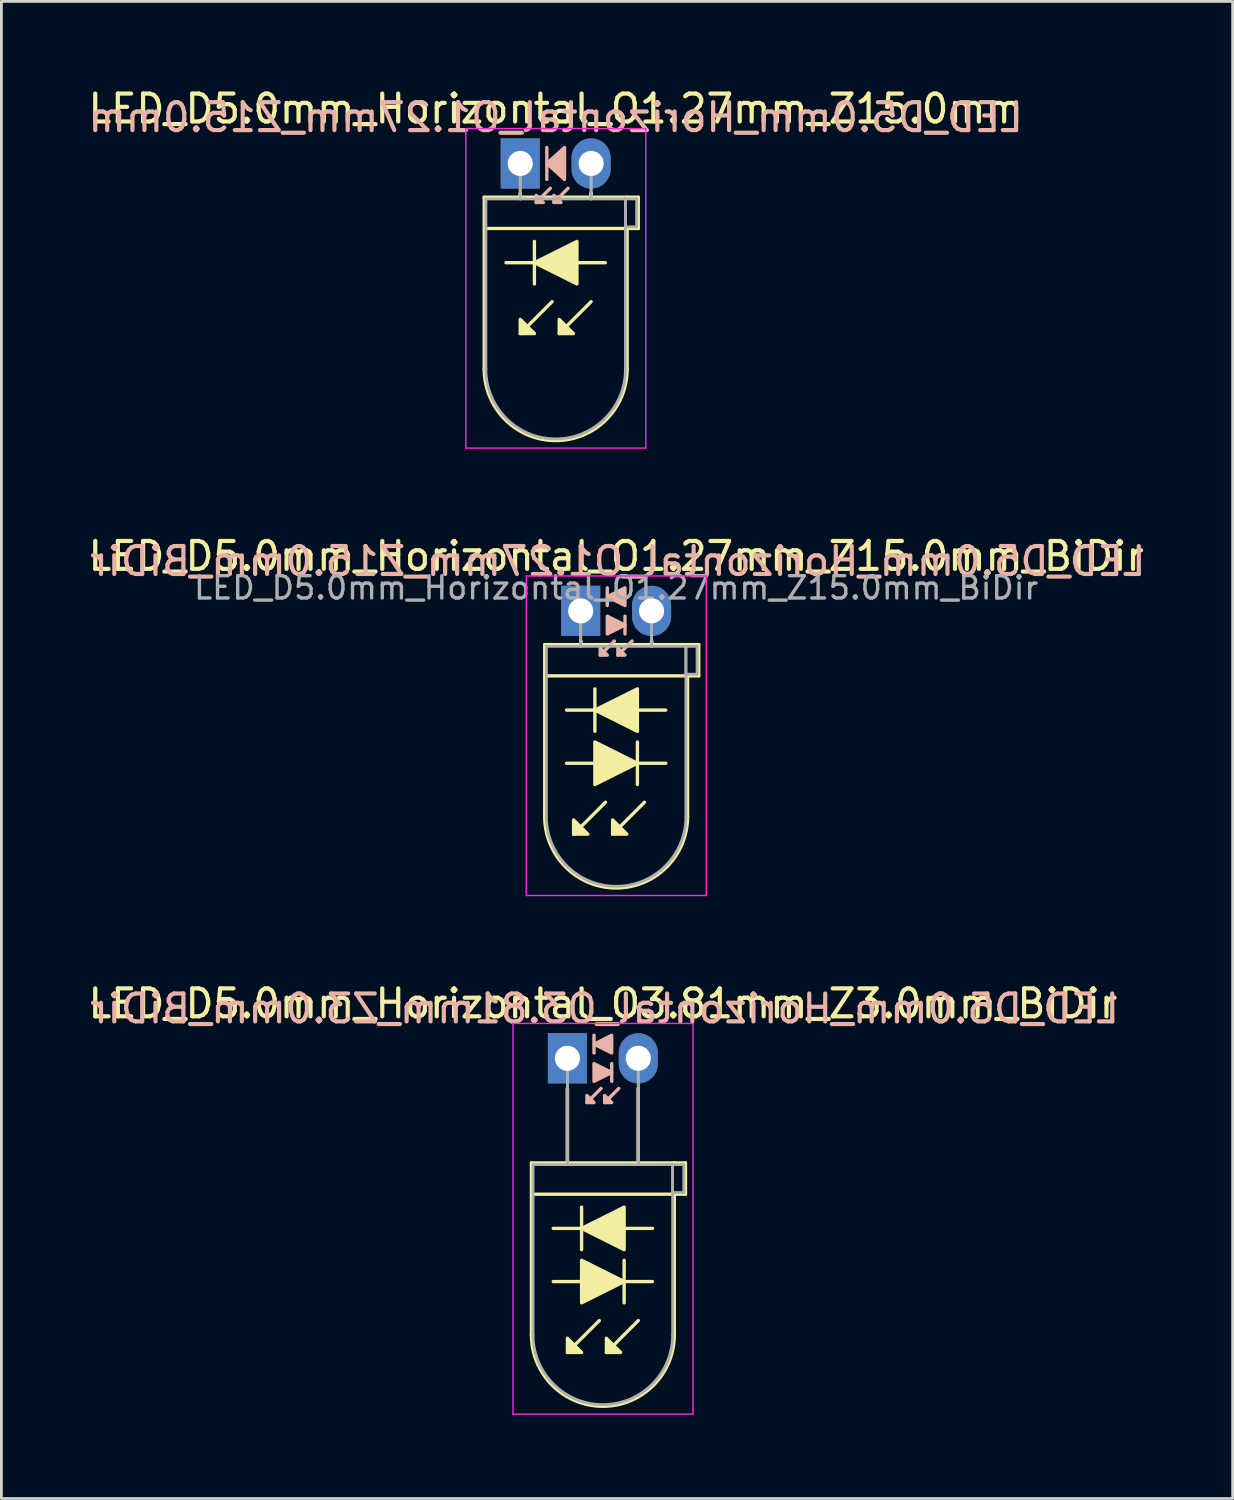
<source format=kicad_pcb>
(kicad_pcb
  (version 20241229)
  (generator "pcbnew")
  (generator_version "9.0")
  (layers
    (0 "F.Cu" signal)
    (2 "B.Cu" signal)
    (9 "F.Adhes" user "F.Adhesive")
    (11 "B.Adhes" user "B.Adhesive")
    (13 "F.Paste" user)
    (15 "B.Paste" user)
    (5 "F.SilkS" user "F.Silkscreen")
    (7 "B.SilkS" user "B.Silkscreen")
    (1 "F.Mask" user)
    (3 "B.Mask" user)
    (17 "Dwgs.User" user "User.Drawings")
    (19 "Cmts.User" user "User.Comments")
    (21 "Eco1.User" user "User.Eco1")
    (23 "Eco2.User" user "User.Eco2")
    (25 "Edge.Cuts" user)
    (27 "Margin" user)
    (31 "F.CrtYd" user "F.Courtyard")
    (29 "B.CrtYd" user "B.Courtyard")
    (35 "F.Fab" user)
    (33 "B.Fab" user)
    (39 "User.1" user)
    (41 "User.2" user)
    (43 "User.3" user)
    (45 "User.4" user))
  (footprint "LED_D5.0mm_Horizontal_O1.27mm_Z15.0mm_BiDir"
    (layer "F.Cu")
    (at 17.76 18.841)
    (property "Reference" "LED_D5.0mm_Horizontal_O1.27mm_Z15.0mm_BiDir" (at 1.27 -1.96 0) (layer "F.SilkS") (effects (font (size 1 1) (thickness 0.15))))
    (fp_line (start -1.29 1.21) (end -1.29 7.37) (stroke (width 0.12) (type solid)) (layer "F.SilkS"))
    (fp_line (start -1.29 1.21) (end 3.83 1.21) (stroke (width 0.12) (type solid)) (layer "F.SilkS"))
    (fp_line (start -0.508 5.461) (end 0.508 5.461) (stroke (width 0.12) (type solid)) (layer "F.SilkS"))
    (fp_line (start 0 1.08) (end 0 1.08) (stroke (width 0.12) (type solid)) (layer "F.SilkS"))
    (fp_line (start 0 1.08) (end 0 1.21) (stroke (width 0.12) (type solid)) (layer "F.SilkS"))
    (fp_line (start 0 1.21) (end 0 1.08) (stroke (width 0.12) (type solid)) (layer "F.SilkS"))
    (fp_line (start 0 1.21) (end 0 1.21) (stroke (width 0.12) (type solid)) (layer "F.SilkS"))
    (fp_line (start 0.508 2.794) (end 0.508 4.318) (stroke (width 0.12) (type solid)) (layer "F.SilkS"))
    (fp_line (start 0.508 3.556) (end -0.508 3.556) (stroke (width 0.12) (type solid)) (layer "F.SilkS"))
    (fp_line (start 0.889 6.858) (end -0.254 8.001) (stroke (width 0.12) (type solid)) (layer "F.SilkS"))
    (fp_line (start 2.032 5.461) (end 3.048 5.461) (stroke (width 0.12) (type solid)) (layer "F.SilkS"))
    (fp_line (start 2.032 6.223) (end 2.032 4.699) (stroke (width 0.12) (type solid)) (layer "F.SilkS"))
    (fp_line (start 2.286 6.858) (end 1.143 8.001) (stroke (width 0.12) (type solid)) (layer "F.SilkS"))
    (fp_line (start 2.54 1.08) (end 2.54 1.08) (stroke (width 0.12) (type solid)) (layer "F.SilkS"))
    (fp_line (start 2.54 1.08) (end 2.54 1.21) (stroke (width 0.12) (type solid)) (layer "F.SilkS"))
    (fp_line (start 2.54 1.21) (end 2.54 1.08) (stroke (width 0.12) (type solid)) (layer "F.SilkS"))
    (fp_line (start 2.54 1.21) (end 2.54 1.21) (stroke (width 0.12) (type solid)) (layer "F.SilkS"))
    (fp_line (start 3.048 3.556) (end 2.032 3.556) (stroke (width 0.12) (type solid)) (layer "F.SilkS"))
    (fp_line (start 3.83 1.21) (end 4.23 1.21) (stroke (width 0.12) (type solid)) (layer "F.SilkS"))
    (fp_line (start 3.83 2.33) (end 3.83 7.37) (stroke (width 0.12) (type solid)) (layer "F.SilkS"))
    (fp_line (start 4.23 1.21) (end 4.23 2.33) (stroke (width 0.12) (type solid)) (layer "F.SilkS"))
    (fp_line (start 4.23 2.33) (end -1.27 2.33) (stroke (width 0.12) (type solid)) (layer "F.SilkS"))
    (fp_arc (start 3.83 7.37) (mid 1.27 9.93) (end -1.29 7.37) (stroke (width 0.12) (type solid)) (layer "F.SilkS"))
    (fp_poly (pts (xy -0.254 7.493) (xy 0.254 8.001) (xy -0.254 8.001)) (stroke (width 0.12) (type solid)) (fill yes) (layer "F.SilkS"))
    (fp_poly (pts (xy 0.508 4.699) (xy 2.032 5.461) (xy 0.508 6.223)) (stroke (width 0.12) (type solid)) (fill yes) (layer "F.SilkS"))
    (fp_poly (pts (xy 1.143 7.493) (xy 1.651 8.001) (xy 1.143 8.001)) (stroke (width 0.12) (type solid)) (fill yes) (layer "F.SilkS"))
    (fp_poly (pts (xy 2.032 4.318) (xy 0.508 3.556) (xy 2.032 2.794)) (stroke (width 0.12) (type solid)) (fill yes) (layer "F.SilkS"))
    (fp_line (start 0.953 -0.826) (end 0.953 -0.191) (stroke (width 0.12) (type solid)) (layer "B.SilkS"))
    (fp_line (start 1.206 1.079) (end 0.699 1.587) (stroke (width 0.12) (type solid)) (layer "B.SilkS"))
    (fp_line (start 1.587 0.826) (end 1.587 0.191) (stroke (width 0.12) (type solid)) (layer "B.SilkS"))
    (fp_line (start 1.841 1.079) (end 1.333 1.587) (stroke (width 0.12) (type solid)) (layer "B.SilkS"))
    (fp_poly (pts (xy 0.699 1.333) (xy 0.953 1.587) (xy 0.699 1.587)) (stroke (width 0.12) (type solid)) (fill yes) (layer "B.SilkS"))
    (fp_poly (pts (xy 0.953 0.191) (xy 1.587 0.508) (xy 0.953 0.826)) (stroke (width 0.12) (type solid)) (fill yes) (layer "B.SilkS"))
    (fp_poly (pts (xy 1.333 1.333) (xy 1.587 1.587) (xy 1.333 1.587)) (stroke (width 0.12) (type solid)) (fill yes) (layer "B.SilkS"))
    (fp_poly (pts (xy 1.587 -0.191) (xy 0.953 -0.508) (xy 1.587 -0.826)) (stroke (width 0.12) (type solid)) (fill yes) (layer "B.SilkS"))
    (fp_line (start -1.95 -1.25) (end -1.95 10.2) (stroke (width 0.05) (type solid)) (layer "F.CrtYd"))
    (fp_line (start -1.95 10.2) (end 4.5 10.2) (stroke (width 0.05) (type solid)) (layer "F.CrtYd"))
    (fp_line (start 4.5 -1.25) (end -1.95 -1.25) (stroke (width 0.05) (type solid)) (layer "F.CrtYd"))
    (fp_line (start 4.5 10.2) (end 4.5 -1.25) (stroke (width 0.05) (type solid)) (layer "F.CrtYd"))
    (fp_line (start -1.23 1.27) (end -1.23 7.37) (stroke (width 0.1) (type solid)) (layer "F.Fab"))
    (fp_line (start -1.23 1.27) (end 3.77 1.27) (stroke (width 0.1) (type solid)) (layer "F.Fab"))
    (fp_line (start 0 0) (end 0 0) (stroke (width 0.1) (type solid)) (layer "F.Fab"))
    (fp_line (start 0 0) (end 0 1.27) (stroke (width 0.1) (type solid)) (layer "F.Fab"))
    (fp_line (start 0 1.27) (end 0 0) (stroke (width 0.1) (type solid)) (layer "F.Fab"))
    (fp_line (start 0 1.27) (end 0 1.27) (stroke (width 0.1) (type solid)) (layer "F.Fab"))
    (fp_line (start 2.54 0) (end 2.54 0) (stroke (width 0.1) (type solid)) (layer "F.Fab"))
    (fp_line (start 2.54 0) (end 2.54 1.27) (stroke (width 0.1) (type solid)) (layer "F.Fab"))
    (fp_line (start 2.54 1.27) (end 2.54 0) (stroke (width 0.1) (type solid)) (layer "F.Fab"))
    (fp_line (start 2.54 1.27) (end 2.54 1.27) (stroke (width 0.1) (type solid)) (layer "F.Fab"))
    (fp_line (start 3.77 1.27) (end 3.77 7.37) (stroke (width 0.1) (type solid)) (layer "F.Fab"))
    (fp_line (start 3.77 1.27) (end 4.17 1.27) (stroke (width 0.1) (type solid)) (layer "F.Fab"))
    (fp_line (start 3.77 2.27) (end 3.77 1.27) (stroke (width 0.1) (type solid)) (layer "F.Fab"))
    (fp_line (start 4.17 1.27) (end 4.17 2.27) (stroke (width 0.1) (type solid)) (layer "F.Fab"))
    (fp_line (start 4.17 2.27) (end 3.77 2.27) (stroke (width 0.1) (type solid)) (layer "F.Fab"))
    (fp_arc (start 3.77 7.37) (mid 1.27 9.87) (end -1.23 7.37) (stroke (width 0.1) (type solid)) (layer "F.Fab"))
    (fp_text user "${REFERENCE}" (at 1.333 -1.778 0) (layer "B.SilkS") (effects (font (size 1 1) (thickness 0.15)) (justify mirror)))
    (fp_text user "${REFERENCE}" (at 1.27 -0.826 0) (layer "F.Fab") (effects (font (size 0.8 0.8) (thickness 0.12))))
    (pad "1" thru_hole rect (at 0 0) (size 1.4 1.8) (drill 0.9) (layers "*.Cu" "*.Mask"))
    (pad "2" thru_hole oval (at 2.54 0) (size 1.4 1.8) (drill 0.9) (layers "*.Cu" "*.Mask")))
  (footprint "LED_D5.0mm_Horizontal_O3.81mm_Z3.0mm_BiDir"
    (layer "F.Cu")
    (at 17.284 34.875)
    (property "Reference" "LED_D5.0mm_Horizontal_O3.81mm_Z3.0mm_BiDir" (at 1.27 -1.96 0) (layer "F.SilkS") (effects (font (size 1 1) (thickness 0.15))))
    (fp_line (start -1.29 3.75) (end -1.29 9.91) (stroke (width 0.12) (type solid)) (layer "F.SilkS"))
    (fp_line (start -1.29 3.75) (end 3.83 3.75) (stroke (width 0.12) (type solid)) (layer "F.SilkS"))
    (fp_line (start -0.508 8.001) (end 0.508 8.001) (stroke (width 0.12) (type solid)) (layer "F.SilkS"))
    (fp_line (start 0 1.08) (end 0 1.08) (stroke (width 0.12) (type solid)) (layer "F.SilkS"))
    (fp_line (start 0 1.08) (end 0 3.75) (stroke (width 0.12) (type solid)) (layer "F.SilkS"))
    (fp_line (start 0 3.75) (end 0 1.08) (stroke (width 0.12) (type solid)) (layer "F.SilkS"))
    (fp_line (start 0 3.75) (end 0 3.75) (stroke (width 0.12) (type solid)) (layer "F.SilkS"))
    (fp_line (start 0.508 5.334) (end 0.508 6.858) (stroke (width 0.12) (type solid)) (layer "F.SilkS"))
    (fp_line (start 0.508 6.096) (end -0.508 6.096) (stroke (width 0.12) (type solid)) (layer "F.SilkS"))
    (fp_line (start 1.143 9.398) (end 0 10.541) (stroke (width 0.12) (type solid)) (layer "F.SilkS"))
    (fp_line (start 2.032 8.001) (end 3.048 8.001) (stroke (width 0.12) (type solid)) (layer "F.SilkS"))
    (fp_line (start 2.032 8.763) (end 2.032 7.239) (stroke (width 0.12) (type solid)) (layer "F.SilkS"))
    (fp_line (start 2.54 1.08) (end 2.54 1.08) (stroke (width 0.12) (type solid)) (layer "F.SilkS"))
    (fp_line (start 2.54 1.08) (end 2.54 3.75) (stroke (width 0.12) (type solid)) (layer "F.SilkS"))
    (fp_line (start 2.54 3.75) (end 2.54 1.08) (stroke (width 0.12) (type solid)) (layer "F.SilkS"))
    (fp_line (start 2.54 3.75) (end 2.54 3.75) (stroke (width 0.12) (type solid)) (layer "F.SilkS"))
    (fp_line (start 2.54 9.398) (end 1.397 10.541) (stroke (width 0.12) (type solid)) (layer "F.SilkS"))
    (fp_line (start 3.048 6.096) (end 2.032 6.096) (stroke (width 0.12) (type solid)) (layer "F.SilkS"))
    (fp_line (start 3.83 3.75) (end 4.23 3.75) (stroke (width 0.12) (type solid)) (layer "F.SilkS"))
    (fp_line (start 3.83 4.87) (end 3.83 9.91) (stroke (width 0.12) (type solid)) (layer "F.SilkS"))
    (fp_line (start 4.23 3.75) (end 4.23 4.87) (stroke (width 0.12) (type solid)) (layer "F.SilkS"))
    (fp_line (start 4.23 4.87) (end -1.27 4.87) (stroke (width 0.12) (type solid)) (layer "F.SilkS"))
    (fp_arc (start 3.83 9.91) (mid 1.27 12.47) (end -1.29 9.91) (stroke (width 0.12) (type solid)) (layer "F.SilkS"))
    (fp_poly (pts (xy 0 10.033) (xy 0.508 10.541) (xy 0 10.541)) (stroke (width 0.12) (type solid)) (fill yes) (layer "F.SilkS"))
    (fp_poly (pts (xy 0.508 7.239) (xy 2.032 8.001) (xy 0.508 8.763)) (stroke (width 0.12) (type solid)) (fill yes) (layer "F.SilkS"))
    (fp_poly (pts (xy 1.397 10.033) (xy 1.905 10.541) (xy 1.397 10.541)) (stroke (width 0.12) (type solid)) (fill yes) (layer "F.SilkS"))
    (fp_poly (pts (xy 2.032 6.858) (xy 0.508 6.096) (xy 2.032 5.334)) (stroke (width 0.12) (type solid)) (fill yes) (layer "F.SilkS"))
    (fp_line (start 0.953 -0.826) (end 0.953 -0.191) (stroke (width 0.12) (type solid)) (layer "B.SilkS"))
    (fp_line (start 1.206 1.079) (end 0.699 1.587) (stroke (width 0.12) (type solid)) (layer "B.SilkS"))
    (fp_line (start 1.587 0.826) (end 1.587 0.191) (stroke (width 0.12) (type solid)) (layer "B.SilkS"))
    (fp_line (start 1.841 1.079) (end 1.333 1.587) (stroke (width 0.12) (type solid)) (layer "B.SilkS"))
    (fp_poly (pts (xy 0.699 1.333) (xy 0.953 1.587) (xy 0.699 1.587)) (stroke (width 0.12) (type solid)) (fill yes) (layer "B.SilkS"))
    (fp_poly (pts (xy 0.953 0.191) (xy 1.587 0.508) (xy 0.953 0.826)) (stroke (width 0.12) (type solid)) (fill yes) (layer "B.SilkS"))
    (fp_poly (pts (xy 1.333 1.333) (xy 1.587 1.587) (xy 1.333 1.587)) (stroke (width 0.12) (type solid)) (fill yes) (layer "B.SilkS"))
    (fp_poly (pts (xy 1.587 -0.191) (xy 0.953 -0.508) (xy 1.587 -0.826)) (stroke (width 0.12) (type solid)) (fill yes) (layer "B.SilkS"))
    (fp_line (start -1.95 -1.25) (end -1.95 12.75) (stroke (width 0.05) (type solid)) (layer "F.CrtYd"))
    (fp_line (start -1.95 12.75) (end 4.5 12.75) (stroke (width 0.05) (type solid)) (layer "F.CrtYd"))
    (fp_line (start 4.5 -1.25) (end -1.95 -1.25) (stroke (width 0.05) (type solid)) (layer "F.CrtYd"))
    (fp_line (start 4.5 12.75) (end 4.5 -1.25) (stroke (width 0.05) (type solid)) (layer "F.CrtYd"))
    (fp_line (start -1.23 3.81) (end -1.23 9.91) (stroke (width 0.1) (type solid)) (layer "F.Fab"))
    (fp_line (start -1.23 3.81) (end 3.77 3.81) (stroke (width 0.1) (type solid)) (layer "F.Fab"))
    (fp_line (start 0 0) (end 0 0) (stroke (width 0.1) (type solid)) (layer "F.Fab"))
    (fp_line (start 0 0) (end 0 3.81) (stroke (width 0.1) (type solid)) (layer "F.Fab"))
    (fp_line (start 0 3.81) (end 0 0) (stroke (width 0.1) (type solid)) (layer "F.Fab"))
    (fp_line (start 0 3.81) (end 0 3.81) (stroke (width 0.1) (type solid)) (layer "F.Fab"))
    (fp_line (start 2.54 0) (end 2.54 0) (stroke (width 0.1) (type solid)) (layer "F.Fab"))
    (fp_line (start 2.54 0) (end 2.54 3.81) (stroke (width 0.1) (type solid)) (layer "F.Fab"))
    (fp_line (start 2.54 3.81) (end 2.54 0) (stroke (width 0.1) (type solid)) (layer "F.Fab"))
    (fp_line (start 2.54 3.81) (end 2.54 3.81) (stroke (width 0.1) (type solid)) (layer "F.Fab"))
    (fp_line (start 3.77 3.81) (end 3.77 9.91) (stroke (width 0.1) (type solid)) (layer "F.Fab"))
    (fp_line (start 3.77 3.81) (end 4.17 3.81) (stroke (width 0.1) (type solid)) (layer "F.Fab"))
    (fp_line (start 3.77 4.81) (end 3.77 3.81) (stroke (width 0.1) (type solid)) (layer "F.Fab"))
    (fp_line (start 4.17 3.81) (end 4.17 4.81) (stroke (width 0.1) (type solid)) (layer "F.Fab"))
    (fp_line (start 4.17 4.81) (end 3.77 4.81) (stroke (width 0.1) (type solid)) (layer "F.Fab"))
    (fp_arc (start 3.77 9.91) (mid 1.27 12.41) (end -1.23 9.91) (stroke (width 0.1) (type solid)) (layer "F.Fab"))
    (fp_text user "${REFERENCE}" (at 1.333 -1.778 0) (layer "B.SilkS") (effects (font (size 1 1) (thickness 0.15)) (justify mirror)))
    (pad "1" thru_hole rect (at 0 0) (size 1.4 1.8) (drill 0.9) (layers "*.Cu" "*.Mask"))
    (pad "2" thru_hole oval (at 2.54 0) (size 1.4 1.8) (drill 0.9) (layers "*.Cu" "*.Mask")))
  (footprint "LED_D5.0mm_Horizontal_O1.27mm_Z15.0mm"
    (layer "F.Cu")
    (at 15.593 2.808)
    (property "Reference" "LED_D5.0mm_Horizontal_O1.27mm_Z15.0mm" (at 1.27 -1.96 0) (layer "F.SilkS") (effects (font (size 1 1) (thickness 0.15))))
    (fp_line (start -1.29 1.21) (end -1.29 7.37) (stroke (width 0.12) (type solid)) (layer "F.SilkS"))
    (fp_line (start -1.29 1.21) (end 3.83 1.21) (stroke (width 0.12) (type solid)) (layer "F.SilkS"))
    (fp_line (start 0 1.08) (end 0 1.08) (stroke (width 0.12) (type solid)) (layer "F.SilkS"))
    (fp_line (start 0 1.08) (end 0 1.21) (stroke (width 0.12) (type solid)) (layer "F.SilkS"))
    (fp_line (start 0 1.21) (end 0 1.08) (stroke (width 0.12) (type solid)) (layer "F.SilkS"))
    (fp_line (start 0 1.21) (end 0 1.21) (stroke (width 0.12) (type solid)) (layer "F.SilkS"))
    (fp_line (start 0.508 2.794) (end 0.508 4.318) (stroke (width 0.12) (type solid)) (layer "F.SilkS"))
    (fp_line (start 0.508 3.556) (end -0.508 3.556) (stroke (width 0.12) (type solid)) (layer "F.SilkS"))
    (fp_line (start 1.143 4.953) (end 0 6.096) (stroke (width 0.12) (type solid)) (layer "F.SilkS"))
    (fp_line (start 2.54 1.08) (end 2.54 1.08) (stroke (width 0.12) (type solid)) (layer "F.SilkS"))
    (fp_line (start 2.54 1.08) (end 2.54 1.21) (stroke (width 0.12) (type solid)) (layer "F.SilkS"))
    (fp_line (start 2.54 1.21) (end 2.54 1.08) (stroke (width 0.12) (type solid)) (layer "F.SilkS"))
    (fp_line (start 2.54 1.21) (end 2.54 1.21) (stroke (width 0.12) (type solid)) (layer "F.SilkS"))
    (fp_line (start 2.54 4.953) (end 1.397 6.096) (stroke (width 0.12) (type solid)) (layer "F.SilkS"))
    (fp_line (start 3.048 3.556) (end 2.032 3.556) (stroke (width 0.12) (type solid)) (layer "F.SilkS"))
    (fp_line (start 3.83 1.21) (end 4.23 1.21) (stroke (width 0.12) (type solid)) (layer "F.SilkS"))
    (fp_line (start 3.83 2.33) (end 3.83 7.37) (stroke (width 0.12) (type solid)) (layer "F.SilkS"))
    (fp_line (start 4.23 1.21) (end 4.23 2.33) (stroke (width 0.12) (type solid)) (layer "F.SilkS"))
    (fp_line (start 4.23 2.33) (end -1.27 2.33) (stroke (width 0.12) (type solid)) (layer "F.SilkS"))
    (fp_arc (start 3.83 7.37) (mid 1.27 9.93) (end -1.29 7.37) (stroke (width 0.12) (type solid)) (layer "F.SilkS"))
    (fp_poly (pts (xy 0 5.588) (xy 0.508 6.096) (xy 0 6.096)) (stroke (width 0.12) (type solid)) (fill yes) (layer "F.SilkS"))
    (fp_poly (pts (xy 1.397 5.588) (xy 1.905 6.096) (xy 1.397 6.096)) (stroke (width 0.12) (type solid)) (fill yes) (layer "F.SilkS"))
    (fp_poly (pts (xy 2.032 4.318) (xy 0.508 3.556) (xy 2.032 2.794)) (stroke (width 0.12) (type solid)) (fill yes) (layer "F.SilkS"))
    (fp_line (start 0.953 -0.572) (end 0.953 0.572) (stroke (width 0.12) (type solid)) (layer "B.SilkS"))
    (fp_line (start 1.079 0.889) (end 0.572 1.397) (stroke (width 0.12) (type solid)) (layer "B.SilkS"))
    (fp_line (start 1.714 0.889) (end 1.206 1.397) (stroke (width 0.12) (type solid)) (layer "B.SilkS"))
    (fp_poly (pts (xy 0.572 1.143) (xy 0.826 1.397) (xy 0.572 1.397)) (stroke (width 0.12) (type solid)) (fill yes) (layer "B.SilkS"))
    (fp_poly (pts (xy 1.206 1.143) (xy 1.46 1.397) (xy 1.206 1.397)) (stroke (width 0.12) (type solid)) (fill yes) (layer "B.SilkS"))
    (fp_poly (pts (xy 1.587 0.572) (xy 0.953 0) (xy 1.587 -0.572)) (stroke (width 0.12) (type solid)) (fill yes) (layer "B.SilkS"))
    (fp_line (start -1.95 -1.25) (end -1.95 10.2) (stroke (width 0.05) (type solid)) (layer "F.CrtYd"))
    (fp_line (start -1.95 10.2) (end 4.5 10.2) (stroke (width 0.05) (type solid)) (layer "F.CrtYd"))
    (fp_line (start 4.5 -1.25) (end -1.95 -1.25) (stroke (width 0.05) (type solid)) (layer "F.CrtYd"))
    (fp_line (start 4.5 10.2) (end 4.5 -1.25) (stroke (width 0.05) (type solid)) (layer "F.CrtYd"))
    (fp_line (start -1.23 1.27) (end -1.23 7.37) (stroke (width 0.1) (type solid)) (layer "F.Fab"))
    (fp_line (start -1.23 1.27) (end 3.77 1.27) (stroke (width 0.1) (type solid)) (layer "F.Fab"))
    (fp_line (start 0 0) (end 0 0) (stroke (width 0.1) (type solid)) (layer "F.Fab"))
    (fp_line (start 0 0) (end 0 1.27) (stroke (width 0.1) (type solid)) (layer "F.Fab"))
    (fp_line (start 0 1.27) (end 0 0) (stroke (width 0.1) (type solid)) (layer "F.Fab"))
    (fp_line (start 0 1.27) (end 0 1.27) (stroke (width 0.1) (type solid)) (layer "F.Fab"))
    (fp_line (start 2.54 0) (end 2.54 0) (stroke (width 0.1) (type solid)) (layer "F.Fab"))
    (fp_line (start 2.54 0) (end 2.54 1.27) (stroke (width 0.1) (type solid)) (layer "F.Fab"))
    (fp_line (start 2.54 1.27) (end 2.54 0) (stroke (width 0.1) (type solid)) (layer "F.Fab"))
    (fp_line (start 2.54 1.27) (end 2.54 1.27) (stroke (width 0.1) (type solid)) (layer "F.Fab"))
    (fp_line (start 3.77 1.27) (end 3.77 7.37) (stroke (width 0.1) (type solid)) (layer "F.Fab"))
    (fp_line (start 3.77 1.27) (end 4.17 1.27) (stroke (width 0.1) (type solid)) (layer "F.Fab"))
    (fp_line (start 3.77 2.27) (end 3.77 1.27) (stroke (width 0.1) (type solid)) (layer "F.Fab"))
    (fp_line (start 4.17 1.27) (end 4.17 2.27) (stroke (width 0.1) (type solid)) (layer "F.Fab"))
    (fp_line (start 4.17 2.27) (end 3.77 2.27) (stroke (width 0.1) (type solid)) (layer "F.Fab"))
    (fp_arc (start 3.77 7.37) (mid 1.27 9.87) (end -1.23 7.37) (stroke (width 0.1) (type solid)) (layer "F.Fab"))
    (fp_text user "${REFERENCE}" (at 1.27 -1.651 0) (layer "B.SilkS") (effects (font (size 1 1) (thickness 0.15)) (justify mirror)))
    (pad "1" thru_hole rect (at 0 0) (size 1.4 1.8) (drill 0.9) (layers "*.Cu" "*.Mask"))
    (pad "2" thru_hole oval (at 2.54 0) (size 1.4 1.8) (drill 0.9) (layers "*.Cu" "*.Mask")))
  (gr_rect
    (start -3 -3)
    (end 41.123 50.65)
    (stroke (width 0.1) (type default))
    (fill no)
    (layer "Edge.Cuts")))
</source>
